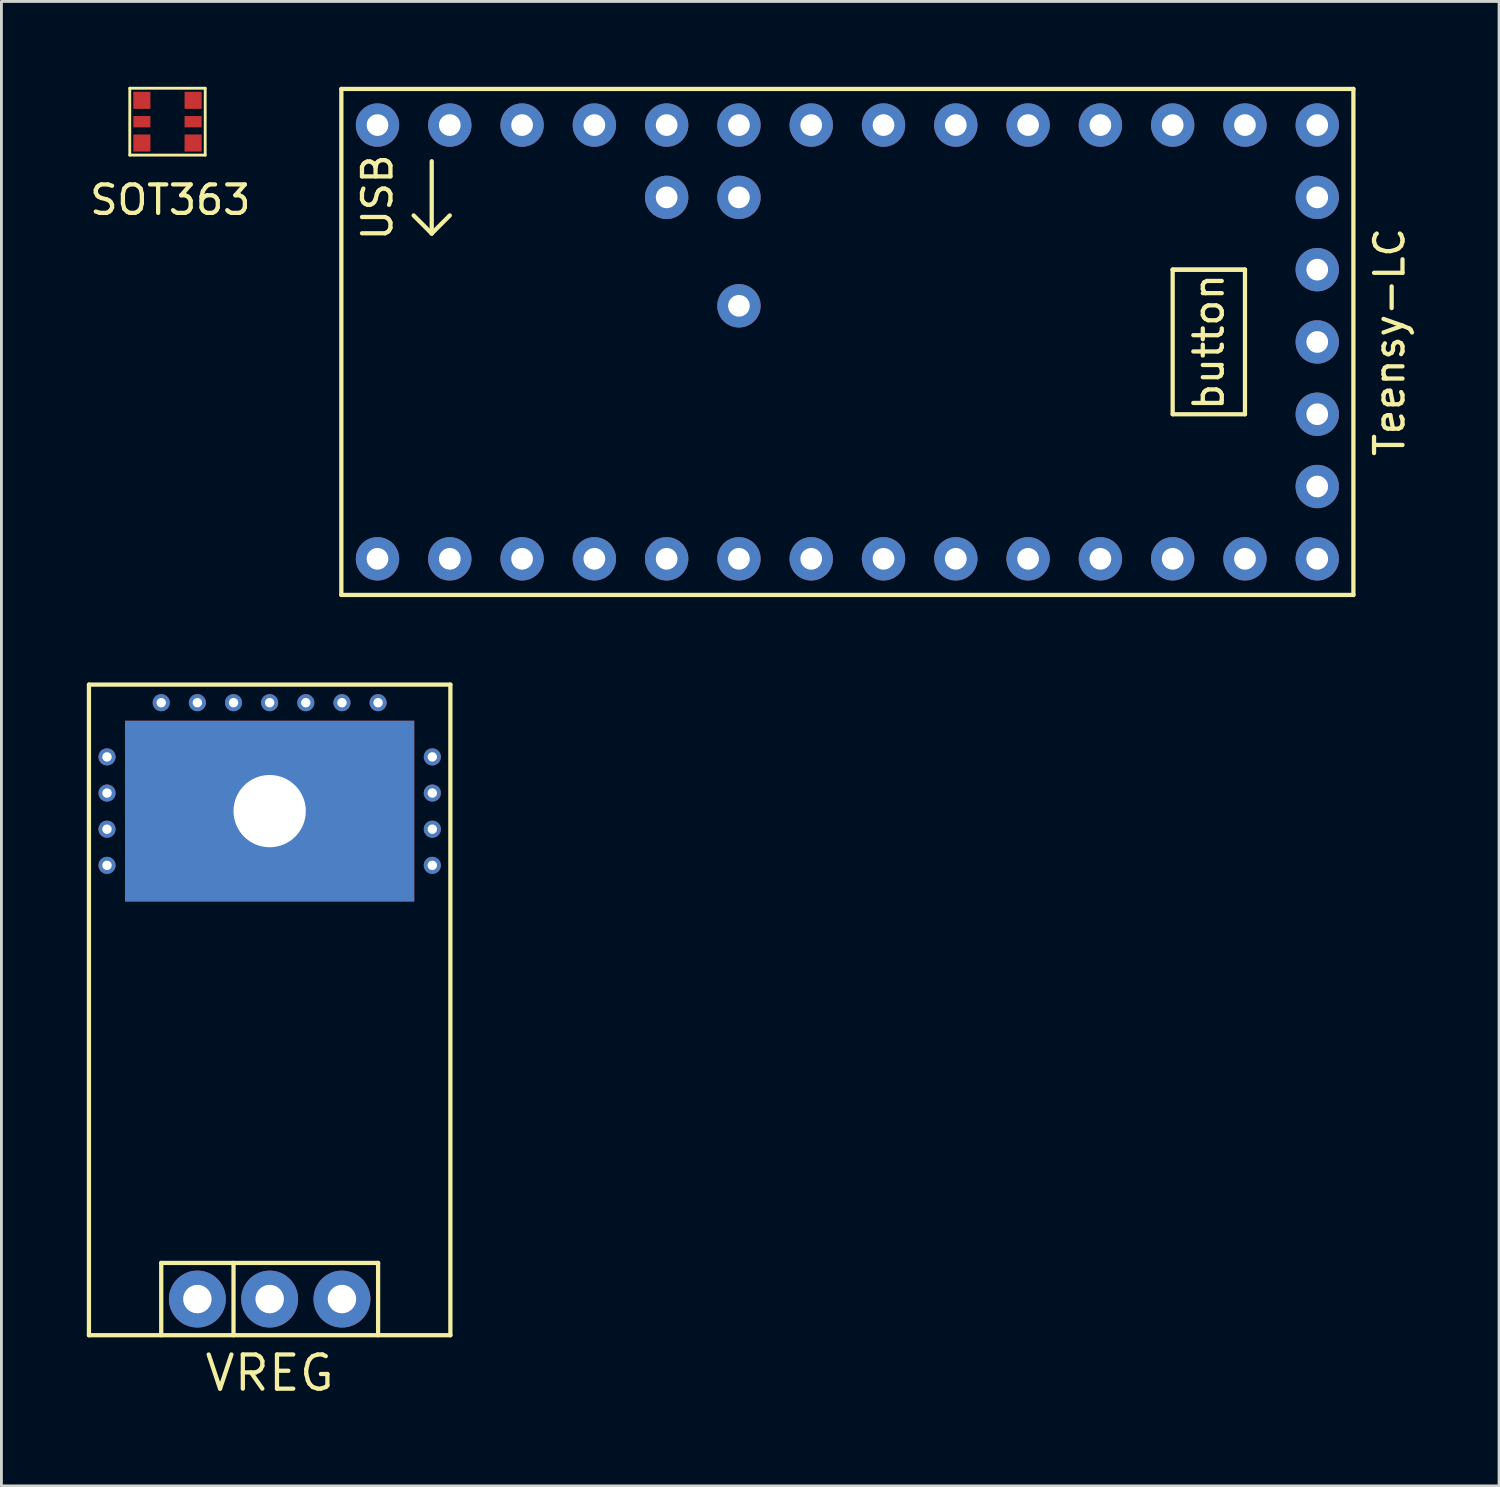
<source format=kicad_pcb>
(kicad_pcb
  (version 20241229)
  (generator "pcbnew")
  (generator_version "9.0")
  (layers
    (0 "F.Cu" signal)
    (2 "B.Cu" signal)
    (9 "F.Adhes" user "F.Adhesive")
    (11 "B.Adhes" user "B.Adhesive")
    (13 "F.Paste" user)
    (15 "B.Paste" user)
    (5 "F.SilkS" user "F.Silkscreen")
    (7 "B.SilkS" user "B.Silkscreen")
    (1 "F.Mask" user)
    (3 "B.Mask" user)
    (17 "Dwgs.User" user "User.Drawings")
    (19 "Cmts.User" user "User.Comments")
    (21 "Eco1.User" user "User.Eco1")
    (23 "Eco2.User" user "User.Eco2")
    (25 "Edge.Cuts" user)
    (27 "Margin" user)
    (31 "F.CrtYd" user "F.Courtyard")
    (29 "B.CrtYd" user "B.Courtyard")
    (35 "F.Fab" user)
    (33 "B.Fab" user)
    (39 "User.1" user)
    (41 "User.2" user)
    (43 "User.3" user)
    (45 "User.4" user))
  (footprint "Teensy-LC"
    (layer "F.Cu")
    (at 10.214 16.585)
    (property "Reference" "Teensy-LC" (at 35.56 -7.62 90) (layer "F.SilkS") (effects (font (size 1 1) (thickness 0.15))))
    (attr through_hole)
    (fp_line (start -1.27 -16.51) (end 34.29 -16.51) (stroke (width 0.15) (type solid)) (layer "F.SilkS"))
    (fp_line (start -1.27 1.27) (end -1.27 -16.51) (stroke (width 0.15) (type solid)) (layer "F.SilkS"))
    (fp_line (start 1.905 -13.97) (end 1.905 -11.43) (stroke (width 0.15) (type solid)) (layer "F.SilkS"))
    (fp_line (start 1.905 -11.43) (end 1.27 -12.065) (stroke (width 0.15) (type solid)) (layer "F.SilkS"))
    (fp_line (start 1.905 -11.43) (end 2.54 -12.065) (stroke (width 0.15) (type solid)) (layer "F.SilkS"))
    (fp_line (start 27.94 -10.16) (end 27.94 -5.08) (stroke (width 0.15) (type solid)) (layer "F.SilkS"))
    (fp_line (start 27.94 -10.16) (end 30.48 -10.16) (stroke (width 0.15) (type solid)) (layer "F.SilkS"))
    (fp_line (start 30.48 -10.16) (end 27.94 -10.16) (stroke (width 0.15) (type solid)) (layer "F.SilkS"))
    (fp_line (start 30.48 -10.16) (end 30.48 -5.08) (stroke (width 0.15) (type solid)) (layer "F.SilkS"))
    (fp_line (start 30.48 -5.08) (end 27.94 -5.08) (stroke (width 0.15) (type solid)) (layer "F.SilkS"))
    (fp_line (start 34.29 -16.51) (end 34.29 1.27) (stroke (width 0.15) (type solid)) (layer "F.SilkS"))
    (fp_line (start 34.29 1.27) (end -1.27 1.27) (stroke (width 0.15) (type solid)) (layer "F.SilkS"))
    (fp_text user "button" (at 29.21 -7.62 90) (layer "F.SilkS") (effects (font (size 1 1) (thickness 0.15))))
    (fp_text user "USB" (at 0 -12.7 90) (layer "F.SilkS") (effects (font (size 1 1) (thickness 0.15))))
    (pad "1" thru_hole circle (at 0 0) (size 1.524 1.524) (drill 0.762) (layers "*.Cu" "*.Mask"))
    (pad "2" thru_hole circle (at 2.54 0) (size 1.524 1.524) (drill 0.762) (layers "*.Cu" "*.Mask"))
    (pad "3" thru_hole circle (at 5.08 0) (size 1.524 1.524) (drill 0.762) (layers "*.Cu" "*.Mask"))
    (pad "4" thru_hole circle (at 7.62 0) (size 1.524 1.524) (drill 0.762) (layers "*.Cu" "*.Mask"))
    (pad "5" thru_hole circle (at 10.16 0) (size 1.524 1.524) (drill 0.762) (layers "*.Cu" "*.Mask"))
    (pad "6" thru_hole circle (at 12.7 0) (size 1.524 1.524) (drill 0.762) (layers "*.Cu" "*.Mask"))
    (pad "7" thru_hole circle (at 15.24 0) (size 1.524 1.524) (drill 0.762) (layers "*.Cu" "*.Mask"))
    (pad "8" thru_hole circle (at 17.78 0) (size 1.524 1.524) (drill 0.762) (layers "*.Cu" "*.Mask"))
    (pad "9" thru_hole circle (at 20.32 0) (size 1.524 1.524) (drill 0.762) (layers "*.Cu" "*.Mask"))
    (pad "10" thru_hole circle (at 22.86 0) (size 1.524 1.524) (drill 0.762) (layers "*.Cu" "*.Mask"))
    (pad "11" thru_hole circle (at 25.4 0) (size 1.524 1.524) (drill 0.762) (layers "*.Cu" "*.Mask"))
    (pad "12" thru_hole circle (at 27.94 0) (size 1.524 1.524) (drill 0.762) (layers "*.Cu" "*.Mask"))
    (pad "13" thru_hole circle (at 30.48 0) (size 1.524 1.524) (drill 0.762) (layers "*.Cu" "*.Mask"))
    (pad "14" thru_hole circle (at 33.02 0) (size 1.524 1.524) (drill 0.762) (layers "*.Cu" "*.Mask"))
    (pad "15" thru_hole circle (at 33.02 -15.24) (size 1.524 1.524) (drill 0.762) (layers "*.Cu" "*.Mask"))
    (pad "16" thru_hole circle (at 30.48 -15.24) (size 1.524 1.524) (drill 0.762) (layers "*.Cu" "*.Mask"))
    (pad "17" thru_hole circle (at 27.94 -15.24) (size 1.524 1.524) (drill 0.762) (layers "*.Cu" "*.Mask"))
    (pad "18" thru_hole circle (at 25.4 -15.24) (size 1.524 1.524) (drill 0.762) (layers "*.Cu" "*.Mask"))
    (pad "19" thru_hole circle (at 22.86 -15.24) (size 1.524 1.524) (drill 0.762) (layers "*.Cu" "*.Mask"))
    (pad "20" thru_hole circle (at 20.32 -15.24) (size 1.524 1.524) (drill 0.762) (layers "*.Cu" "*.Mask"))
    (pad "21" thru_hole circle (at 17.78 -15.24) (size 1.524 1.524) (drill 0.762) (layers "*.Cu" "*.Mask"))
    (pad "22" thru_hole circle (at 15.24 -15.24) (size 1.524 1.524) (drill 0.762) (layers "*.Cu" "*.Mask"))
    (pad "23" thru_hole circle (at 12.7 -15.24) (size 1.524 1.524) (drill 0.762) (layers "*.Cu" "*.Mask"))
    (pad "24" thru_hole circle (at 10.16 -15.24) (size 1.524 1.524) (drill 0.762) (layers "*.Cu" "*.Mask"))
    (pad "25" thru_hole circle (at 7.62 -15.24) (size 1.524 1.524) (drill 0.762) (layers "*.Cu" "*.Mask"))
    (pad "26" thru_hole circle (at 5.08 -15.24) (size 1.524 1.524) (drill 0.762) (layers "*.Cu" "*.Mask"))
    (pad "27" thru_hole circle (at 2.54 -15.24) (size 1.524 1.524) (drill 0.762) (layers "*.Cu" "*.Mask"))
    (pad "28" thru_hole circle (at 0 -15.24) (size 1.524 1.524) (drill 0.762) (layers "*.Cu" "*.Mask"))
    (pad "29" thru_hole circle (at 12.7 -8.89) (size 1.524 1.524) (drill 0.762) (layers "*.Cu" "*.Mask"))
    (pad "30" thru_hole circle (at 10.16 -12.7) (size 1.524 1.524) (drill 0.762) (layers "*.Cu" "*.Mask"))
    (pad "31" thru_hole circle (at 12.7 -12.7) (size 1.524 1.524) (drill 0.762) (layers "*.Cu" "*.Mask"))
    (pad "32" thru_hole circle (at 33.02 -12.7) (size 1.524 1.524) (drill 0.762) (layers "*.Cu" "*.Mask"))
    (pad "33" thru_hole circle (at 33.02 -10.16) (size 1.524 1.524) (drill 0.762) (layers "*.Cu" "*.Mask"))
    (pad "34" thru_hole circle (at 33.02 -7.62) (size 1.524 1.524) (drill 0.762) (layers "*.Cu" "*.Mask"))
    (pad "35" thru_hole circle (at 33.02 -5.08) (size 1.524 1.524) (drill 0.762) (layers "*.Cu" "*.Mask"))
    (pad "36" thru_hole circle (at 33.02 -2.54) (size 1.524 1.524) (drill 0.762) (layers "*.Cu" "*.Mask")))
  (footprint "SOT363"
    (layer "F.Cu")
    (at 1.935 1.975)
    (property "Reference" "SOT363" (at 1 2 0) (layer "F.SilkS") (effects (font (size 1 1) (thickness 0.15))))
    (attr through_hole)
    (fp_line (start -0.425 -1.925) (end 2.225 -1.925) (stroke (width 0.1) (type solid)) (layer "F.SilkS"))
    (fp_line (start -0.425 0.425) (end -0.425 -1.925) (stroke (width 0.1) (type solid)) (layer "F.SilkS"))
    (fp_line (start 2.225 -1.925) (end 2.225 0.425) (stroke (width 0.1) (type solid)) (layer "F.SilkS"))
    (fp_line (start 2.225 0.425) (end -0.425 0.425) (stroke (width 0.1) (type solid)) (layer "F.SilkS"))
    (pad "1" smd rect (at 0 0) (size 0.6 0.6) (layers "F.Cu" "F.Mask" "F.Paste"))
    (pad "2" smd rect (at 0 -0.75) (size 0.6 0.4) (layers "F.Cu" "F.Mask" "F.Paste"))
    (pad "3" smd rect (at 0 -1.5) (size 0.6 0.6) (layers "F.Cu" "F.Mask" "F.Paste"))
    (pad "4" smd rect (at 1.8 -1.5) (size 0.6 0.6) (layers "F.Cu" "F.Mask" "F.Paste"))
    (pad "5" smd rect (at 1.8 -0.75) (size 0.6 0.4) (layers "F.Cu" "F.Mask" "F.Paste"))
    (pad "6" smd rect (at 1.8 0) (size 0.6 0.6) (layers "F.Cu" "F.Mask" "F.Paste")))
  (footprint "VREG"
    (layer "F.Cu")
    (at 6.425 42.595)
    (property "Reference" "VREG" (at 0 2.6 0) (layer "F.SilkS") (effects (font (size 1.2 1.2) (thickness 0.15))))
    (attr through_hole)
    (fp_line (start -6.35 -21.59) (end 6.35 -21.59) (stroke (width 0.15) (type solid)) (layer "F.SilkS"))
    (fp_line (start -6.35 1.27) (end -6.35 -21.59) (stroke (width 0.15) (type solid)) (layer "F.SilkS"))
    (fp_line (start -3.81 -1.27) (end -3.81 1.27) (stroke (width 0.15) (type solid)) (layer "F.SilkS"))
    (fp_line (start -3.81 -1.27) (end 3.81 -1.27) (stroke (width 0.15) (type solid)) (layer "F.SilkS"))
    (fp_line (start -1.27 -1.27) (end -1.27 1.27) (stroke (width 0.15) (type solid)) (layer "F.SilkS"))
    (fp_line (start 3.81 -1.27) (end 3.81 1.27) (stroke (width 0.15) (type solid)) (layer "F.SilkS"))
    (fp_line (start 6.35 -21.59) (end 6.35 1.27) (stroke (width 0.15) (type solid)) (layer "F.SilkS"))
    (fp_line (start 6.35 1.27) (end -6.35 1.27) (stroke (width 0.15) (type solid)) (layer "F.SilkS"))
    (pad "1" thru_hole circle (at -5.715 -19.05) (size 0.6 0.6) (drill 0.33) (layers "*.Cu" "*.Mask"))
    (pad "1" thru_hole circle (at -5.715 -17.78) (size 0.6 0.6) (drill 0.33) (layers "*.Cu" "*.Mask"))
    (pad "1" thru_hole circle (at -5.715 -16.51) (size 0.6 0.6) (drill 0.33) (layers "*.Cu" "*.Mask"))
    (pad "1" thru_hole circle (at -5.715 -15.24) (size 0.6 0.6) (drill 0.33) (layers "*.Cu" "*.Mask"))
    (pad "1" thru_hole circle (at -3.81 -20.955) (size 0.6 0.6) (drill 0.33) (layers "*.Cu" "*.Mask"))
    (pad "1" thru_hole circle (at -2.54 -20.955) (size 0.6 0.6) (drill 0.33) (layers "*.Cu" "*.Mask"))
    (pad "1" thru_hole circle (at -2.54 0) (size 2 2) (drill 1) (layers "*.Cu" "*.Mask"))
    (pad "1" thru_hole circle (at -1.27 -20.955) (size 0.6 0.6) (drill 0.33) (layers "*.Cu" "*.Mask"))
    (pad "1" thru_hole circle (at 0 -20.955) (size 0.6 0.6) (drill 0.33) (layers "*.Cu" "*.Mask"))
    (pad "1" thru_hole rect (at 0 -17.145) (size 10.16 6.35) (drill 2.54) (layers "*.Cu" "*.Mask"))
    (pad "1" thru_hole circle (at 1.27 -20.955) (size 0.6 0.6) (drill 0.33) (layers "*.Cu" "*.Mask"))
    (pad "1" thru_hole circle (at 2.54 -20.955) (size 0.6 0.6) (drill 0.33) (layers "*.Cu" "*.Mask"))
    (pad "1" thru_hole circle (at 3.81 -20.955) (size 0.6 0.6) (drill 0.33) (layers "*.Cu" "*.Mask"))
    (pad "1" thru_hole circle (at 5.715 -19.05) (size 0.6 0.6) (drill 0.33) (layers "*.Cu" "*.Mask"))
    (pad "1" thru_hole circle (at 5.715 -17.78) (size 0.6 0.6) (drill 0.33) (layers "*.Cu" "*.Mask"))
    (pad "1" thru_hole circle (at 5.715 -16.51) (size 0.6 0.6) (drill 0.33) (layers "*.Cu" "*.Mask"))
    (pad "1" thru_hole circle (at 5.715 -15.24) (size 0.6 0.6) (drill 0.33) (layers "*.Cu" "*.Mask"))
    (pad "2" thru_hole circle (at 0 0) (size 2 2) (drill 1) (layers "*.Cu" "*.Mask"))
    (pad "3" thru_hole circle (at 2.54 0) (size 2 2) (drill 1) (layers "*.Cu" "*.Mask")))
  (gr_rect
    (start -3 -3)
    (end 49.622 49.16)
    (stroke (width 0.1) (type default))
    (fill no)
    (layer "Edge.Cuts")))
</source>
